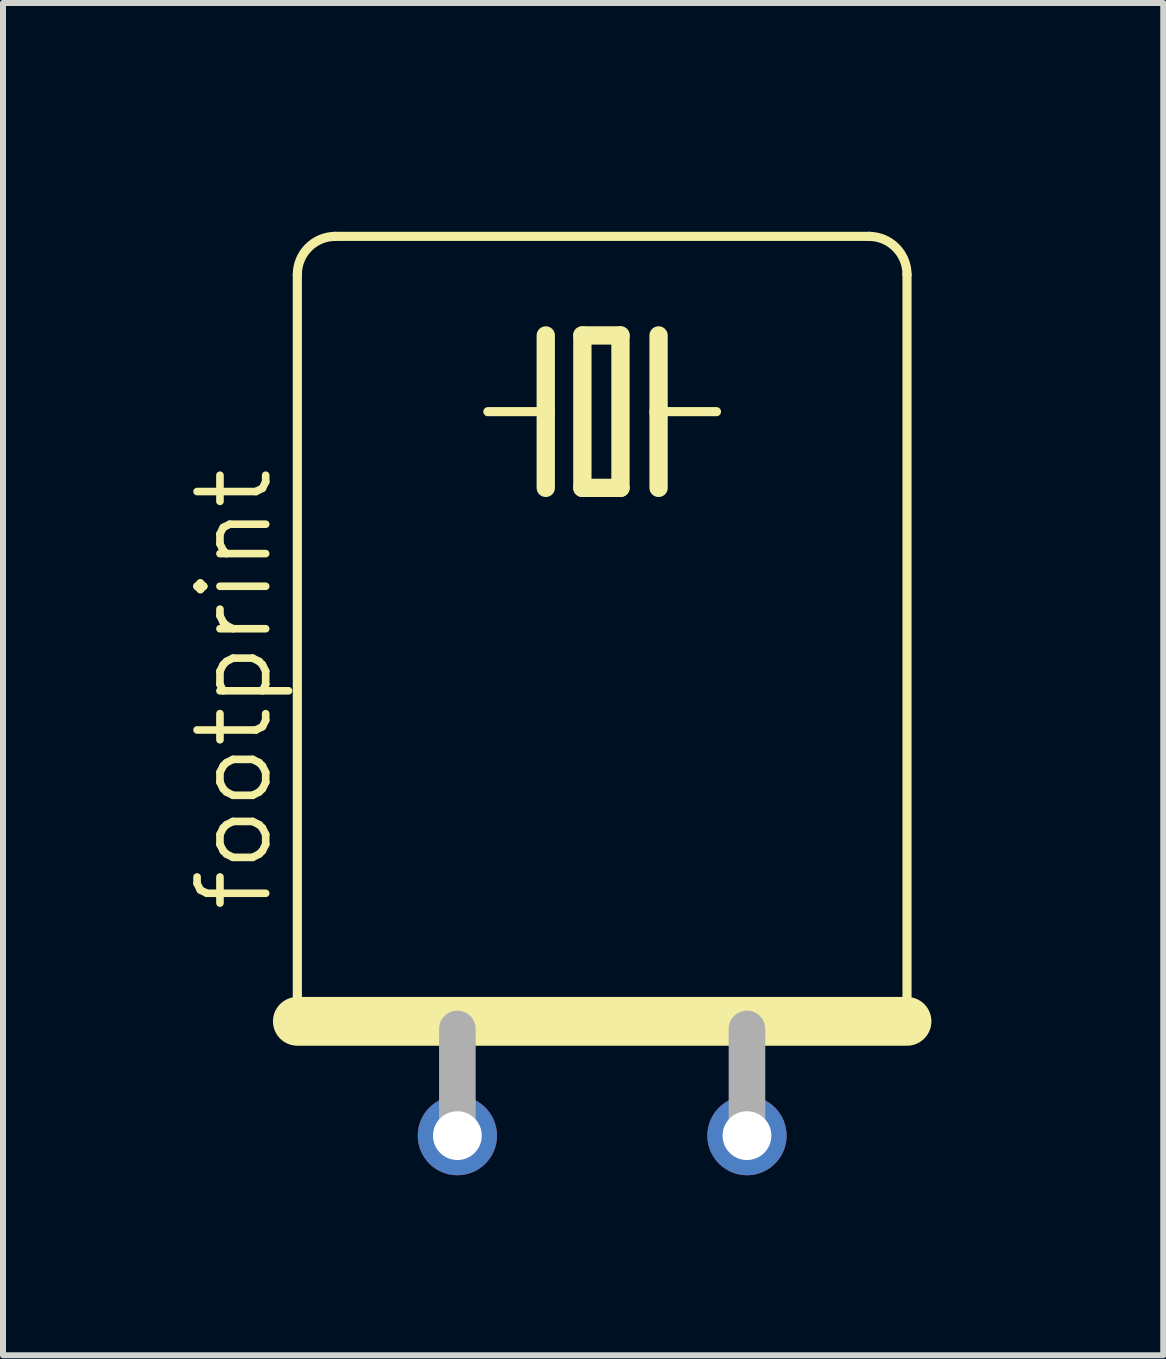
<source format=kicad_pcb>
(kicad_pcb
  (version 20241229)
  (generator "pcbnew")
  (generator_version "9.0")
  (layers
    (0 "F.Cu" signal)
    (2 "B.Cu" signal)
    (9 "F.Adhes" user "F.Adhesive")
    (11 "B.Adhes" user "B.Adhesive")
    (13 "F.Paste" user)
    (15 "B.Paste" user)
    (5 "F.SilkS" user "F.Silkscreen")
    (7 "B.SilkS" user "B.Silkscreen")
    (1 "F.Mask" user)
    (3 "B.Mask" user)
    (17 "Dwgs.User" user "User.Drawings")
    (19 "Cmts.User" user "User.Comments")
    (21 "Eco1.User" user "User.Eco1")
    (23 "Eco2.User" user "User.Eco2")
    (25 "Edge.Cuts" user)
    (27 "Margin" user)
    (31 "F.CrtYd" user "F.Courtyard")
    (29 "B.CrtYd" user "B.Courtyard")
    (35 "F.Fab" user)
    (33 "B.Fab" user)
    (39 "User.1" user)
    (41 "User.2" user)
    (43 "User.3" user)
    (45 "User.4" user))
  (footprint "footprint"
    (layer "F.Cu")
    (at 6.985 10.795)
    (property "Reference" "footprint" (at -5.461 1.397 90) (layer "F.SilkS") (effects (font (size 1.143 1.143) (thickness 0.127)) (justify left bottom)))
    (fp_line (start -5.08 -9.271) (end -5.08 3.175) (stroke (width 0.152) (type solid)) (layer "F.SilkS"))
    (fp_line (start -5.08 3.175) (end 5.08 3.175) (stroke (width 0.813) (type solid)) (layer "F.SilkS"))
    (fp_line (start -0.94 -8.255) (end -0.94 -6.985) (stroke (width 0.305) (type solid)) (layer "F.SilkS"))
    (fp_line (start -0.94 -6.985) (end -1.905 -6.985) (stroke (width 0.152) (type solid)) (layer "F.SilkS"))
    (fp_line (start -0.94 -6.985) (end -0.94 -5.715) (stroke (width 0.305) (type solid)) (layer "F.SilkS"))
    (fp_line (start -0.33 -8.255) (end -0.33 -5.715) (stroke (width 0.305) (type solid)) (layer "F.SilkS"))
    (fp_line (start -0.33 -5.715) (end 0.305 -5.715) (stroke (width 0.305) (type solid)) (layer "F.SilkS"))
    (fp_line (start 0.305 -8.255) (end -0.33 -8.255) (stroke (width 0.305) (type solid)) (layer "F.SilkS"))
    (fp_line (start 0.305 -5.715) (end 0.305 -8.255) (stroke (width 0.305) (type solid)) (layer "F.SilkS"))
    (fp_line (start 0.94 -8.255) (end 0.94 -6.985) (stroke (width 0.305) (type solid)) (layer "F.SilkS"))
    (fp_line (start 0.94 -6.985) (end 0.94 -5.715) (stroke (width 0.305) (type solid)) (layer "F.SilkS"))
    (fp_line (start 0.94 -6.985) (end 1.905 -6.985) (stroke (width 0.152) (type solid)) (layer "F.SilkS"))
    (fp_line (start 4.445 -9.906) (end -4.445 -9.906) (stroke (width 0.152) (type solid)) (layer "F.SilkS"))
    (fp_line (start 5.08 3.175) (end 5.08 -9.271) (stroke (width 0.152) (type solid)) (layer "F.SilkS"))
    (fp_arc (start -5.08 -9.271) (mid -4.894013 -9.720013) (end -4.445 -9.906) (stroke (width 0.1524) (type solid)) (layer "F.SilkS"))
    (fp_arc (start 4.445 -9.906) (mid 4.894013 -9.720013) (end 5.08 -9.271) (stroke (width 0.1524) (type solid)) (layer "F.SilkS"))
    (fp_line (start -2.413 3.302) (end -2.413 5.08) (stroke (width 0.61) (type solid)) (layer "F.Fab"))
    (fp_line (start 2.413 3.302) (end 2.413 5.08) (stroke (width 0.61) (type solid)) (layer "F.Fab"))
    (pad "1" thru_hole circle (at -2.413 5.08) (size 1.321 1.321) (drill 0.813) (layers "*.Cu" "*.Mask"))
    (pad "2" thru_hole circle (at 2.413 5.08) (size 1.321 1.321) (drill 0.813) (layers "*.Cu" "*.Mask"))
    (zone (net_name "") (layers "F.Cu" "B.Cu") (hatch edge 0.508) (connect_pads) (min_thickness 0.254) (filled_areas_thickness no) (keepout (tracks allowed) (vias not_allowed) (pads allowed) (copperpour allowed) (footprints allowed)) (placement (enabled no)) (fill) (polygon (pts (xy 0.635 15.24) (xy 13.335 15.24) (xy 13.335 12.7) (xy 0.635 12.7))))
    (zone (net_name "") (layers "F.Cu" "B.Cu") (hatch edge 0.508) (connect_pads) (min_thickness 0.254) (filled_areas_thickness no) (keepout (tracks allowed) (vias not_allowed) (pads allowed) (copperpour allowed) (footprints allowed)) (placement (enabled no)) (fill) (polygon (pts (xy 1.27 12.7) (xy 12.7 12.7) (xy 12.7 0) (xy 1.27 0)))))
  (gr_rect
    (start -3 -3)
    (end 16.335 19.535)
    (stroke (width 0.1) (type default))
    (fill no)
    (layer "Edge.Cuts")))
</source>
